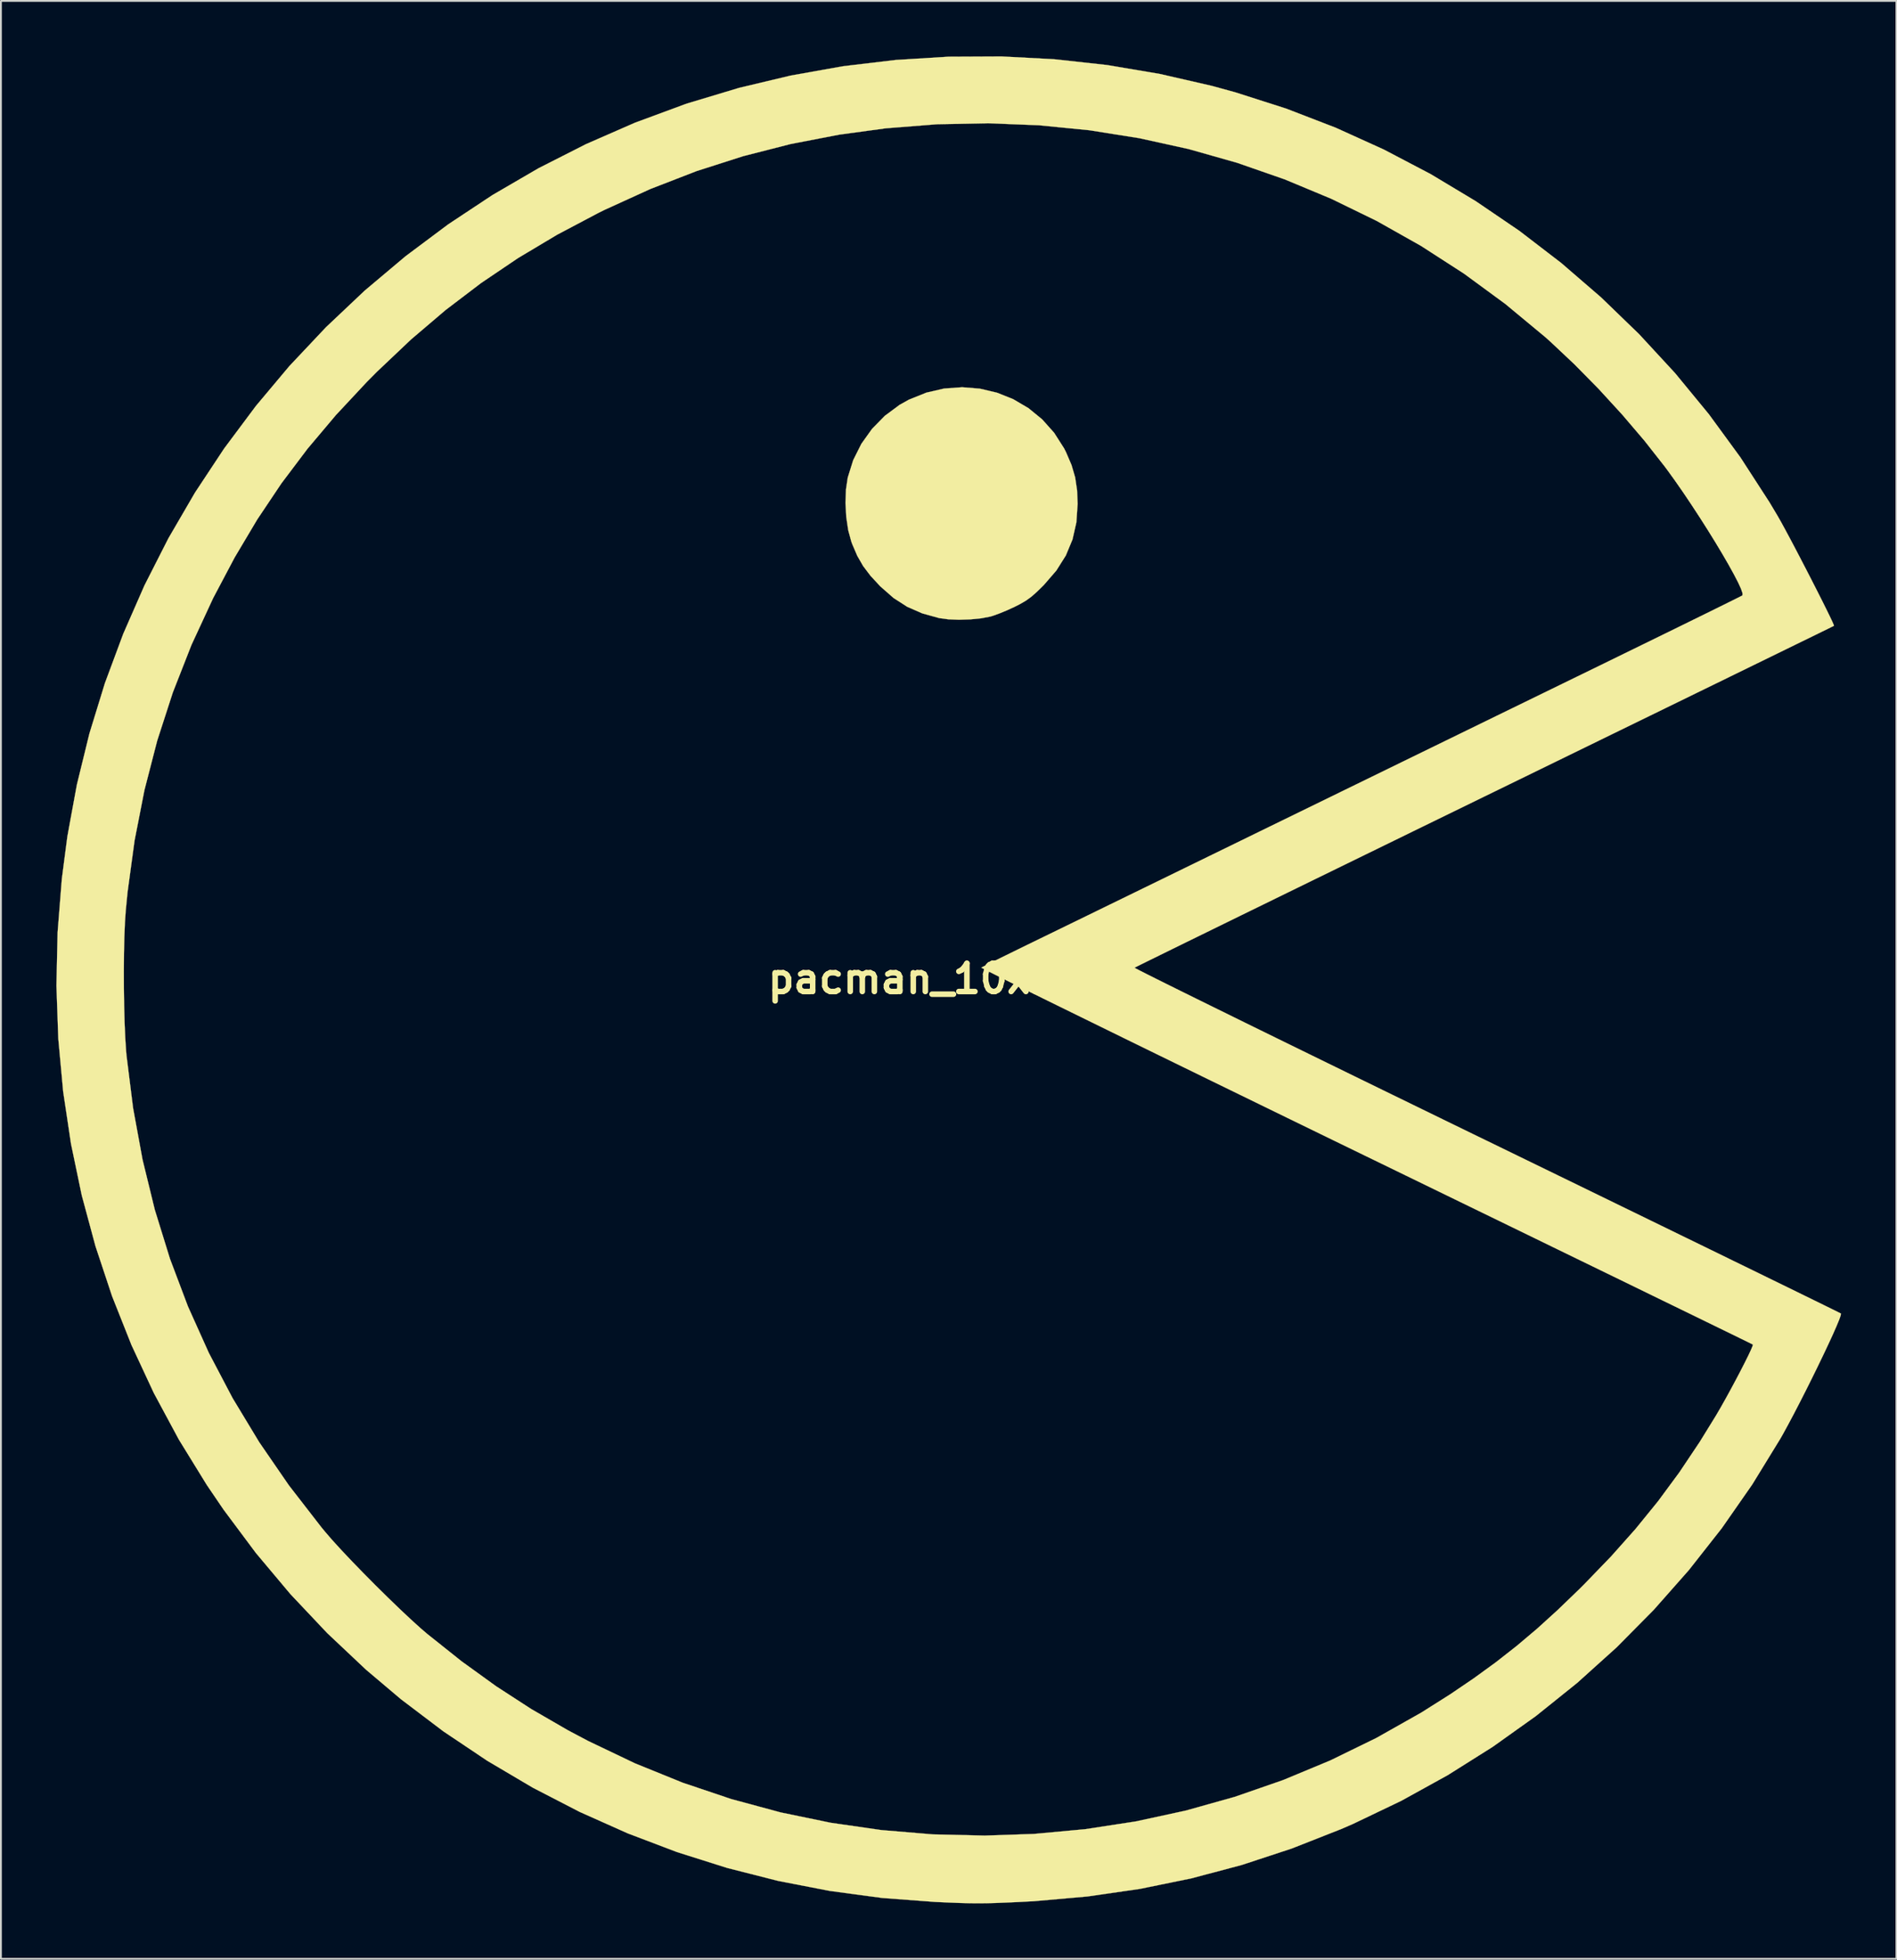
<source format=kicad_pcb>
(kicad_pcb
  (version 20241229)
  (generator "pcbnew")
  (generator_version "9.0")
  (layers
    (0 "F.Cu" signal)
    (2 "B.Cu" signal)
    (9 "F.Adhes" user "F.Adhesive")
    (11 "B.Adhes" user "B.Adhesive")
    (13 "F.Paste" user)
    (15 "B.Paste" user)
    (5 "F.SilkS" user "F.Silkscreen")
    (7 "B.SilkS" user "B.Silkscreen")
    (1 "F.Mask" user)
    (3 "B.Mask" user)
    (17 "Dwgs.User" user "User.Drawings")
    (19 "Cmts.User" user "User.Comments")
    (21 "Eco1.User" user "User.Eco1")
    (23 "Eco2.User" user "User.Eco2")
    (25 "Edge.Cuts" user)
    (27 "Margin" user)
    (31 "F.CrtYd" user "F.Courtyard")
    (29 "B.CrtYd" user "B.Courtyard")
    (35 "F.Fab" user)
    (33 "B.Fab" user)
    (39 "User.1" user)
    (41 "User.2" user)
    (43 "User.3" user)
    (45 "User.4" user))
  (footprint "pacman_10x10_F"
    (layer "F.Cu")
    (at 48.299 49.904)
    (property "Reference" "pacman_10x10_F" (at 0 0 0) (layer "F.SilkS") (effects (font (size 1.524 1.524) (thickness 0.3))))
    (attr through_hole)
    (fp_poly (pts (xy 1.679 -31.926) (xy 2.607 -31.708) (xy 3.49 -31.355) (xy 4.312 -30.872) (xy 5.055 -30.264) (xy 5.703 -29.537) (xy 6.24 -28.696) (xy 6.341 -28.497) (xy 6.643 -27.795) (xy 6.839 -27.124) (xy 6.944 -26.419) (xy 6.973 -25.696) (xy 6.905 -24.69) (xy 6.694 -23.763) (xy 6.334 -22.9) (xy 5.82 -22.085) (xy 5.143 -21.302) (xy 5.125 -21.284) (xy 4.763 -20.929) (xy 4.463 -20.666) (xy 4.178 -20.459) (xy 3.858 -20.273) (xy 3.556 -20.12) (xy 3.155 -19.936) (xy 2.744 -19.767) (xy 2.388 -19.638) (xy 2.244 -19.595) (xy 1.75 -19.501) (xy 1.166 -19.443) (xy 0.554 -19.424) (xy -0.022 -19.446) (xy -0.5 -19.51) (xy -0.508 -19.511) (xy -1.434 -19.768) (xy -2.248 -20.124) (xy -2.988 -20.6) (xy -3.691 -21.216) (xy -3.725 -21.25) (xy -4.237 -21.803) (xy -4.635 -22.329) (xy -4.953 -22.882) (xy -5.225 -23.516) (xy -5.274 -23.65) (xy -5.443 -24.269) (xy -5.549 -24.987) (xy -5.59 -25.745) (xy -5.563 -26.482) (xy -5.468 -27.116) (xy -5.173 -28.059) (xy -4.73 -28.944) (xy -4.153 -29.751) (xy -3.458 -30.46) (xy -2.662 -31.05) (xy -2.159 -31.331) (xy -1.214 -31.711) (xy -0.248 -31.933) (xy 0.722 -32.003) (xy 1.679 -31.926)) (stroke (width 0.01) (type solid)) (fill yes) (layer "F.SilkS"))
    (fp_poly (pts (xy 5.724 -49.748) (xy 8.58 -49.433) (xy 11.417 -48.954) (xy 14.227 -48.31) (xy 15.5 -47.961) (xy 18.251 -47.081) (xy 20.934 -46.047) (xy 23.544 -44.864) (xy 26.075 -43.537) (xy 28.521 -42.069) (xy 30.879 -40.465) (xy 33.141 -38.729) (xy 35.303 -36.864) (xy 37.359 -34.876) (xy 39.305 -32.769) (xy 41.134 -30.546) (xy 42.841 -28.212) (xy 44.421 -25.771) (xy 44.869 -25.019) (xy 45.039 -24.719) (xy 45.256 -24.322) (xy 45.51 -23.849) (xy 45.791 -23.319) (xy 46.088 -22.75) (xy 46.393 -22.162) (xy 46.695 -21.575) (xy 46.984 -21.008) (xy 47.251 -20.48) (xy 47.485 -20.01) (xy 47.677 -19.618) (xy 47.817 -19.322) (xy 47.894 -19.143) (xy 47.906 -19.096) (xy 47.829 -19.058) (xy 47.605 -18.948) (xy 47.243 -18.771) (xy 46.748 -18.528) (xy 46.126 -18.225) (xy 45.385 -17.863) (xy 44.53 -17.445) (xy 43.569 -16.976) (xy 42.507 -16.457) (xy 41.352 -15.893) (xy 40.109 -15.287) (xy 38.785 -14.64) (xy 37.386 -13.958) (xy 35.92 -13.243) (xy 34.392 -12.497) (xy 32.809 -11.725) (xy 31.178 -10.929) (xy 29.505 -10.113) (xy 28.998 -9.866) (xy 27.313 -9.044) (xy 25.668 -8.242) (xy 24.069 -7.461) (xy 22.522 -6.706) (xy 21.035 -5.98) (xy 19.614 -5.286) (xy 18.266 -4.627) (xy 16.996 -4.006) (xy 15.811 -3.427) (xy 14.718 -2.892) (xy 13.724 -2.405) (xy 12.834 -1.97) (xy 12.056 -1.588) (xy 11.395 -1.263) (xy 10.859 -1) (xy 10.453 -0.8) (xy 10.185 -0.666) (xy 10.061 -0.603) (xy 10.053 -0.599) (xy 10.122 -0.557) (xy 10.337 -0.444) (xy 10.692 -0.264) (xy 11.18 -0.019) (xy 11.794 0.287) (xy 12.529 0.651) (xy 13.378 1.07) (xy 14.334 1.541) (xy 15.391 2.061) (xy 16.543 2.627) (xy 17.784 3.235) (xy 19.106 3.882) (xy 20.503 4.565) (xy 21.97 5.282) (xy 23.499 6.028) (xy 25.085 6.801) (xy 26.72 7.598) (xy 28.398 8.415) (xy 29.103 8.757) (xy 30.799 9.582) (xy 32.455 10.388) (xy 34.065 11.171) (xy 35.623 11.93) (xy 37.121 12.659) (xy 38.554 13.357) (xy 39.914 14.02) (xy 41.196 14.644) (xy 42.392 15.228) (xy 43.498 15.767) (xy 44.505 16.259) (xy 45.408 16.7) (xy 46.199 17.087) (xy 46.874 17.417) (xy 47.424 17.687) (xy 47.845 17.894) (xy 48.128 18.034) (xy 48.268 18.105) (xy 48.283 18.113) (xy 48.272 18.21) (xy 48.191 18.439) (xy 48.049 18.783) (xy 47.855 19.224) (xy 47.616 19.744) (xy 47.341 20.326) (xy 47.04 20.951) (xy 46.72 21.603) (xy 46.39 22.264) (xy 46.059 22.915) (xy 45.736 23.539) (xy 45.428 24.118) (xy 45.145 24.636) (xy 44.995 24.899) (xy 43.483 27.362) (xy 41.835 29.727) (xy 40.057 31.988) (xy 38.156 34.14) (xy 36.138 36.178) (xy 34.007 38.097) (xy 31.771 39.892) (xy 29.434 41.557) (xy 27.003 43.087) (xy 24.483 44.478) (xy 21.881 45.723) (xy 21.224 46.008) (xy 18.555 47.058) (xy 15.856 47.946) (xy 13.12 48.673) (xy 10.338 49.241) (xy 7.502 49.651) (xy 4.604 49.907) (xy 3.768 49.951) (xy 3.087 49.981) (xy 2.523 50.003) (xy 2.035 50.016) (xy 1.584 50.02) (xy 1.13 50.016) (xy 0.632 50.003) (xy 0.051 49.981) (xy -0.655 49.95) (xy -0.755 49.945) (xy -3.606 49.731) (xy -6.435 49.351) (xy -9.233 48.809) (xy -11.994 48.107) (xy -14.709 47.249) (xy -17.373 46.237) (xy -19.977 45.075) (xy -22.513 43.765) (xy -24.975 42.311) (xy -27.355 40.716) (xy -29.645 38.982) (xy -31.538 37.382) (xy -33.644 35.397) (xy -35.632 33.291) (xy -37.501 31.065) (xy -39.248 28.723) (xy -40.154 27.39) (xy -41.665 24.937) (xy -43.024 22.412) (xy -44.231 19.821) (xy -45.284 17.17) (xy -46.182 14.466) (xy -46.924 11.716) (xy -47.507 8.925) (xy -47.93 6.101) (xy -48.193 3.249) (xy -48.294 0.377) (xy -48.276 -0.453) (xy -44.648 -0.453) (xy -44.645 0.509) (xy -44.631 1.461) (xy -44.607 2.367) (xy -44.571 3.192) (xy -44.525 3.901) (xy -44.503 4.149) (xy -44.145 7.005) (xy -43.634 9.79) (xy -42.97 12.503) (xy -42.151 15.148) (xy -41.178 17.726) (xy -40.048 20.239) (xy -38.761 22.689) (xy -37.316 25.079) (xy -35.713 27.409) (xy -33.951 29.683) (xy -33.75 29.926) (xy -33.361 30.376) (xy -32.869 30.915) (xy -32.299 31.518) (xy -31.676 32.16) (xy -31.023 32.819) (xy -30.364 33.469) (xy -29.725 34.086) (xy -29.129 34.646) (xy -28.6 35.126) (xy -28.233 35.441) (xy -26.366 36.928) (xy -24.501 38.275) (xy -22.6 39.508) (xy -20.625 40.651) (xy -19.516 41.239) (xy -16.986 42.447) (xy -14.405 43.494) (xy -11.775 44.38) (xy -9.101 45.103) (xy -6.388 45.664) (xy -3.639 46.06) (xy -0.86 46.292) (xy 1.946 46.357) (xy 4.614 46.267) (xy 7.381 46.011) (xy 10.118 45.591) (xy 12.819 45.006) (xy 15.477 44.261) (xy 18.088 43.355) (xy 20.644 42.293) (xy 23.14 41.075) (xy 25.569 39.704) (xy 27.125 38.721) (xy 28.415 37.846) (xy 29.608 36.979) (xy 30.74 36.092) (xy 31.848 35.156) (xy 32.966 34.14) (xy 34.131 33.017) (xy 34.38 32.769) (xy 35.836 31.262) (xy 37.161 29.774) (xy 38.384 28.27) (xy 39.533 26.713) (xy 40.636 25.066) (xy 41.527 23.622) (xy 41.773 23.2) (xy 42.039 22.728) (xy 42.314 22.227) (xy 42.586 21.72) (xy 42.844 21.229) (xy 43.076 20.776) (xy 43.271 20.383) (xy 43.417 20.072) (xy 43.502 19.867) (xy 43.517 19.789) (xy 43.438 19.75) (xy 43.214 19.639) (xy 42.849 19.461) (xy 42.35 19.217) (xy 41.724 18.912) (xy 40.977 18.548) (xy 40.114 18.127) (xy 39.142 17.654) (xy 38.067 17.131) (xy 36.896 16.56) (xy 35.634 15.946) (xy 34.287 15.291) (xy 32.862 14.598) (xy 31.365 13.869) (xy 29.803 13.109) (xy 28.18 12.32) (xy 26.504 11.505) (xy 24.781 10.667) (xy 23.016 9.809) (xy 22.591 9.603) (xy 20.818 8.741) (xy 19.086 7.898) (xy 17.4 7.077) (xy 15.768 6.281) (xy 14.193 5.514) (xy 12.684 4.777) (xy 11.246 4.075) (xy 9.885 3.41) (xy 8.608 2.784) (xy 7.42 2.202) (xy 6.327 1.666) (xy 5.336 1.18) (xy 4.454 0.745) (xy 3.685 0.366) (xy 3.036 0.044) (xy 2.514 -0.216) (xy 2.124 -0.412) (xy 1.873 -0.541) (xy 1.766 -0.599) (xy 1.763 -0.603) (xy 1.849 -0.65) (xy 2.071 -0.763) (xy 2.412 -0.933) (xy 2.855 -1.153) (xy 3.384 -1.412) (xy 3.98 -1.705) (xy 4.629 -2.021) (xy 4.784 -2.096) (xy 5.258 -2.327) (xy 5.87 -2.625) (xy 6.607 -2.984) (xy 7.455 -3.397) (xy 8.399 -3.858) (xy 9.426 -4.358) (xy 10.522 -4.893) (xy 11.673 -5.454) (xy 12.865 -6.036) (xy 14.085 -6.631) (xy 15.318 -7.232) (xy 16.55 -7.834) (xy 16.806 -7.959) (xy 18.196 -8.637) (xy 19.699 -9.37) (xy 21.287 -10.145) (xy 22.937 -10.95) (xy 24.621 -11.772) (xy 26.315 -12.598) (xy 27.992 -13.416) (xy 29.627 -14.214) (xy 31.195 -14.978) (xy 32.668 -15.696) (xy 34.023 -16.357) (xy 34.375 -16.528) (xy 35.501 -17.077) (xy 36.584 -17.607) (xy 37.616 -18.111) (xy 38.586 -18.585) (xy 39.484 -19.025) (xy 40.3 -19.426) (xy 41.026 -19.782) (xy 41.65 -20.09) (xy 42.164 -20.344) (xy 42.558 -20.54) (xy 42.822 -20.672) (xy 42.945 -20.736) (xy 42.953 -20.741) (xy 42.958 -20.857) (xy 42.877 -21.096) (xy 42.717 -21.445) (xy 42.488 -21.886) (xy 42.201 -22.406) (xy 41.863 -22.989) (xy 41.484 -23.62) (xy 41.074 -24.282) (xy 40.641 -24.962) (xy 40.195 -25.644) (xy 39.746 -26.313) (xy 39.301 -26.952) (xy 38.871 -27.548) (xy 38.736 -27.728) (xy 37.645 -29.116) (xy 36.441 -30.527) (xy 35.165 -31.919) (xy 33.856 -33.248) (xy 32.556 -34.471) (xy 32.258 -34.736) (xy 30.109 -36.518) (xy 27.872 -38.157) (xy 25.554 -39.652) (xy 23.162 -41) (xy 20.702 -42.199) (xy 18.181 -43.249) (xy 15.605 -44.146) (xy 12.981 -44.89) (xy 10.315 -45.477) (xy 7.614 -45.907) (xy 4.884 -46.177) (xy 2.132 -46.286) (xy -0.636 -46.232) (xy -3.413 -46.012) (xy -5.927 -45.67) (xy -8.559 -45.162) (xy -11.129 -44.505) (xy -13.655 -43.696) (xy -16.151 -42.729) (xy -18.634 -41.598) (xy -18.965 -41.434) (xy -21.2 -40.253) (xy -23.307 -38.995) (xy -25.31 -37.643) (xy -27.234 -36.18) (xy -29.103 -34.589) (xy -30.94 -32.85) (xy -31.496 -32.29) (xy -33.172 -30.495) (xy -34.706 -28.676) (xy -36.116 -26.806) (xy -37.423 -24.855) (xy -38.647 -22.798) (xy -39.808 -20.605) (xy -39.823 -20.574) (xy -40.989 -18.057) (xy -41.994 -15.494) (xy -42.842 -12.879) (xy -43.532 -10.207) (xy -44.067 -7.474) (xy -44.448 -4.672) (xy -44.544 -3.683) (xy -44.588 -3.04) (xy -44.62 -2.263) (xy -44.64 -1.389) (xy -44.648 -0.453) (xy -48.276 -0.453) (xy -48.231 -2.509) (xy -48.002 -5.403) (xy -47.702 -7.705) (xy -47.187 -10.505) (xy -46.509 -13.271) (xy -45.671 -15.994) (xy -44.677 -18.666) (xy -43.531 -21.28) (xy -42.236 -23.827) (xy -40.796 -26.301) (xy -39.215 -28.692) (xy -37.497 -30.993) (xy -35.689 -33.147) (xy -33.705 -35.252) (xy -31.607 -37.234) (xy -29.401 -39.09) (xy -27.093 -40.815) (xy -24.692 -42.404) (xy -22.202 -43.853) (xy -19.632 -45.157) (xy -16.988 -46.313) (xy -14.278 -47.314) (xy -14.11 -47.371) (xy -11.35 -48.2) (xy -8.553 -48.866) (xy -5.725 -49.37) (xy -2.875 -49.709) (xy -0.012 -49.886) (xy 2.857 -49.899) (xy 5.724 -49.748)) (stroke (width 0.01) (type solid)) (fill yes) (layer "F.SilkS")))
  (gr_rect
    (start -3 -3)
    (end 99.587 102.929)
    (stroke (width 0.1) (type default))
    (fill no)
    (layer "Edge.Cuts")))
</source>
